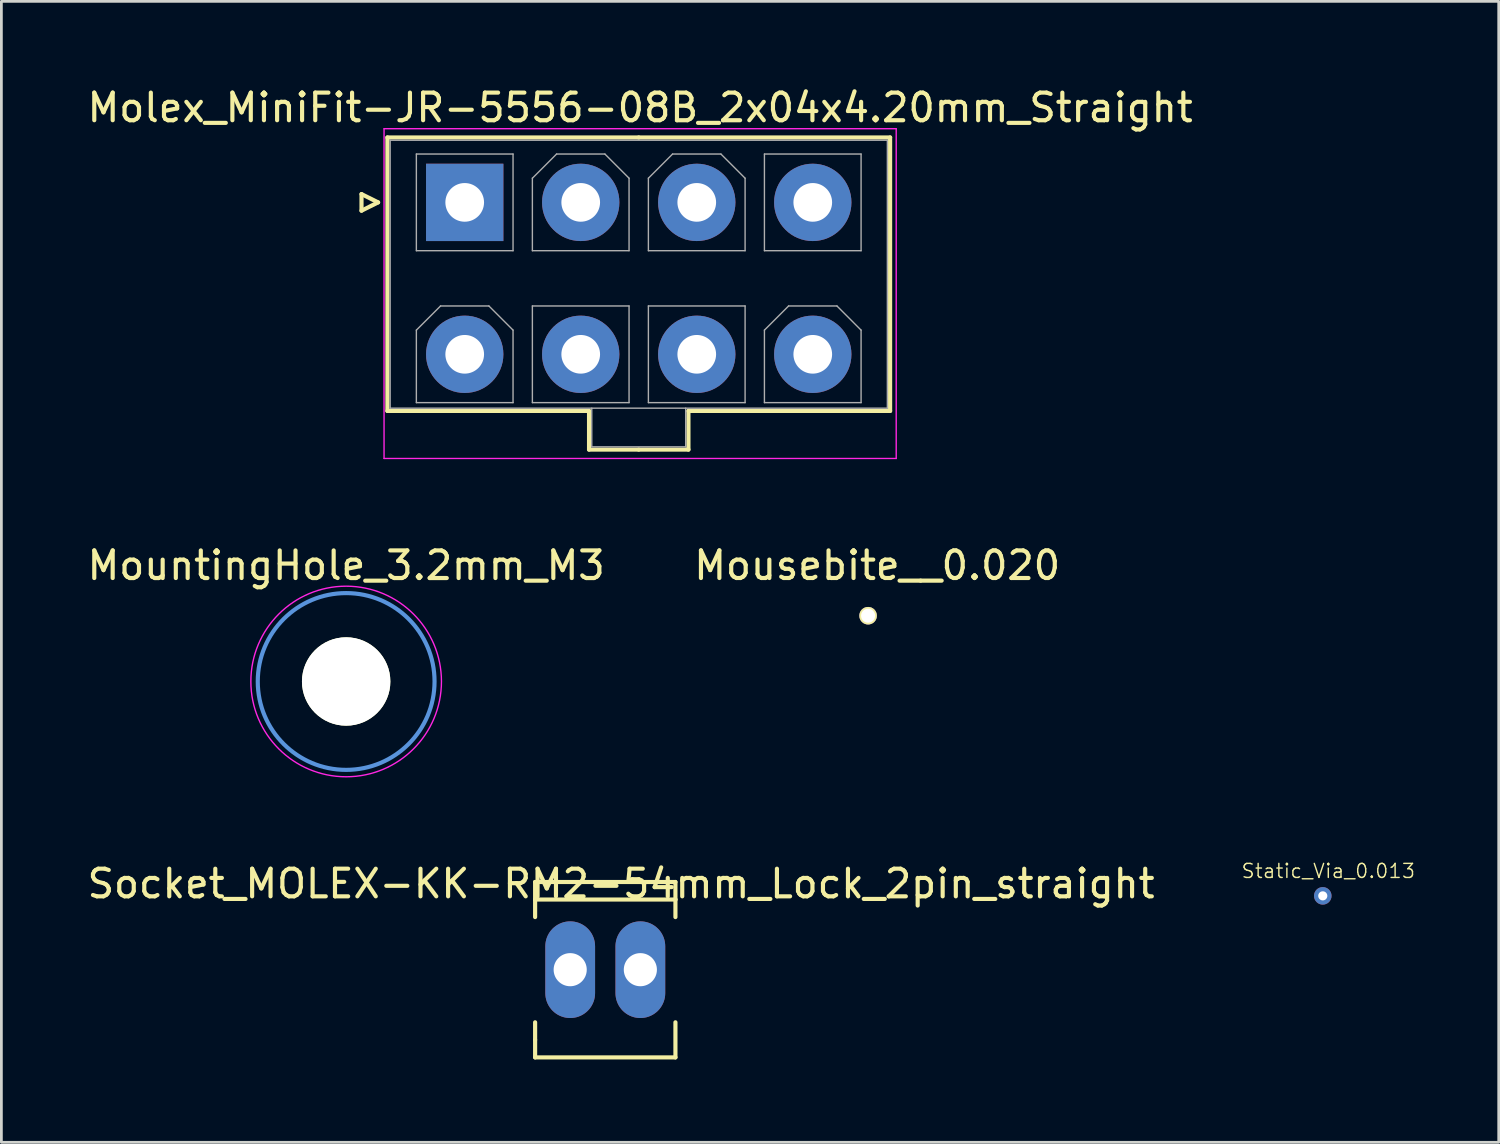
<source format=kicad_pcb>
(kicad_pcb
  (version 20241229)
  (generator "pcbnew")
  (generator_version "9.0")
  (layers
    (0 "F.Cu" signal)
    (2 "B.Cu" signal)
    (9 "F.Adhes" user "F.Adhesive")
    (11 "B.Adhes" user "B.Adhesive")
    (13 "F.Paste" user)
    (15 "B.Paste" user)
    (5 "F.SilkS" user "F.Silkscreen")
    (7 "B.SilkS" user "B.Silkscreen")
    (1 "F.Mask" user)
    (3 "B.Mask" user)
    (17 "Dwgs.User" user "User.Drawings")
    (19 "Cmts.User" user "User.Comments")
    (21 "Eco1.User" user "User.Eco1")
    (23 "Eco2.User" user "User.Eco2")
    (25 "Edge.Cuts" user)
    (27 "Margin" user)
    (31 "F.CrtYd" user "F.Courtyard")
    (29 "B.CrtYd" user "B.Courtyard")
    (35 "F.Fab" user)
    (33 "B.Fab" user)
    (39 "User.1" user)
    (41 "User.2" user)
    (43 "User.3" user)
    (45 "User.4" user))
  (footprint "Molex_MiniFit-JR-5556-08B_2x04x4.20mm_Straight"
    (layer "F.Cu")
    (at 20.061 7.071)
    (property "Reference" "Molex_MiniFit-JR-5556-08B_2x04x4.20mm_Straight" (at 0.064 -6.223 0) (layer "F.SilkS") (effects (font (size 1 1) (thickness 0.15))))
    (attr through_hole)
    (fp_line (start -10.023 -3.094) (end -9.423 -2.794) (stroke (width 0.15) (type solid)) (layer "F.SilkS"))
    (fp_line (start -10.023 -2.494) (end -10.023 -3.094) (stroke (width 0.15) (type solid)) (layer "F.SilkS"))
    (fp_line (start -9.423 -2.794) (end -10.023 -2.494) (stroke (width 0.15) (type solid)) (layer "F.SilkS"))
    (fp_line (start -9.086 -5.144) (end -9.086 4.756) (stroke (width 0.15) (type solid)) (layer "F.SilkS"))
    (fp_line (start -9.086 4.756) (end -1.786 4.756) (stroke (width 0.15) (type solid)) (layer "F.SilkS"))
    (fp_line (start -1.786 4.756) (end -1.786 6.156) (stroke (width 0.15) (type solid)) (layer "F.SilkS"))
    (fp_line (start -1.786 6.156) (end 0.013 6.156) (stroke (width 0.15) (type solid)) (layer "F.SilkS"))
    (fp_line (start 0.013 -5.144) (end -9.086 -5.144) (stroke (width 0.15) (type solid)) (layer "F.SilkS"))
    (fp_line (start 0.013 -5.144) (end 9.114 -5.144) (stroke (width 0.15) (type solid)) (layer "F.SilkS"))
    (fp_line (start 1.813 4.756) (end 1.813 6.156) (stroke (width 0.15) (type solid)) (layer "F.SilkS"))
    (fp_line (start 1.813 6.156) (end 0.013 6.156) (stroke (width 0.15) (type solid)) (layer "F.SilkS"))
    (fp_line (start 9.114 -5.144) (end 9.114 4.756) (stroke (width 0.15) (type solid)) (layer "F.SilkS"))
    (fp_line (start 9.114 4.756) (end 1.813 4.756) (stroke (width 0.15) (type solid)) (layer "F.SilkS"))
    (fp_line (start -9.207 -5.461) (end -9.207 6.477) (stroke (width 0.05) (type solid)) (layer "F.CrtYd"))
    (fp_line (start -9.207 6.477) (end 9.335 6.477) (stroke (width 0.05) (type solid)) (layer "F.CrtYd"))
    (fp_line (start 9.335 -5.461) (end -9.207 -5.461) (stroke (width 0.05) (type solid)) (layer "F.CrtYd"))
    (fp_line (start 9.335 6.477) (end 9.335 -5.461) (stroke (width 0.05) (type solid)) (layer "F.CrtYd"))
    (fp_line (start -8.986 -5.044) (end -8.986 4.656) (stroke (width 0.05) (type solid)) (layer "F.Fab"))
    (fp_line (start -8.986 4.656) (end 9.014 4.656) (stroke (width 0.05) (type solid)) (layer "F.Fab"))
    (fp_line (start -8.037 -4.544) (end -8.037 -1.044) (stroke (width 0.05) (type solid)) (layer "F.Fab"))
    (fp_line (start -8.037 -1.044) (end -4.537 -1.044) (stroke (width 0.05) (type solid)) (layer "F.Fab"))
    (fp_line (start -8.037 1.831) (end -7.162 0.956) (stroke (width 0.05) (type solid)) (layer "F.Fab"))
    (fp_line (start -8.037 4.456) (end -8.037 1.831) (stroke (width 0.05) (type solid)) (layer "F.Fab"))
    (fp_line (start -7.162 0.956) (end -5.412 0.956) (stroke (width 0.05) (type solid)) (layer "F.Fab"))
    (fp_line (start -5.412 0.956) (end -4.537 1.831) (stroke (width 0.05) (type solid)) (layer "F.Fab"))
    (fp_line (start -4.537 -4.544) (end -8.037 -4.544) (stroke (width 0.05) (type solid)) (layer "F.Fab"))
    (fp_line (start -4.537 -1.044) (end -4.537 -4.544) (stroke (width 0.05) (type solid)) (layer "F.Fab"))
    (fp_line (start -4.537 1.831) (end -4.537 4.456) (stroke (width 0.05) (type solid)) (layer "F.Fab"))
    (fp_line (start -4.537 4.456) (end -8.037 4.456) (stroke (width 0.05) (type solid)) (layer "F.Fab"))
    (fp_line (start -3.837 -3.669) (end -2.962 -4.544) (stroke (width 0.05) (type solid)) (layer "F.Fab"))
    (fp_line (start -3.837 -1.044) (end -3.837 -3.669) (stroke (width 0.05) (type solid)) (layer "F.Fab"))
    (fp_line (start -3.837 0.956) (end -3.837 4.456) (stroke (width 0.05) (type solid)) (layer "F.Fab"))
    (fp_line (start -3.837 4.456) (end -0.337 4.456) (stroke (width 0.05) (type solid)) (layer "F.Fab"))
    (fp_line (start -2.962 -4.544) (end -1.212 -4.544) (stroke (width 0.05) (type solid)) (layer "F.Fab"))
    (fp_line (start -1.687 4.656) (end -1.687 6.056) (stroke (width 0.05) (type solid)) (layer "F.Fab"))
    (fp_line (start -1.687 6.056) (end 1.714 6.056) (stroke (width 0.05) (type solid)) (layer "F.Fab"))
    (fp_line (start -1.212 -4.544) (end -0.337 -3.669) (stroke (width 0.05) (type solid)) (layer "F.Fab"))
    (fp_line (start -0.337 -3.669) (end -0.337 -1.044) (stroke (width 0.05) (type solid)) (layer "F.Fab"))
    (fp_line (start -0.337 -1.044) (end -3.837 -1.044) (stroke (width 0.05) (type solid)) (layer "F.Fab"))
    (fp_line (start -0.337 0.956) (end -3.837 0.956) (stroke (width 0.05) (type solid)) (layer "F.Fab"))
    (fp_line (start -0.337 4.456) (end -0.337 0.956) (stroke (width 0.05) (type solid)) (layer "F.Fab"))
    (fp_line (start 0.363 -3.669) (end 1.238 -4.544) (stroke (width 0.05) (type solid)) (layer "F.Fab"))
    (fp_line (start 0.363 -1.044) (end 0.363 -3.669) (stroke (width 0.05) (type solid)) (layer "F.Fab"))
    (fp_line (start 0.363 0.956) (end 0.363 4.456) (stroke (width 0.05) (type solid)) (layer "F.Fab"))
    (fp_line (start 0.363 4.456) (end 3.864 4.456) (stroke (width 0.05) (type solid)) (layer "F.Fab"))
    (fp_line (start 1.238 -4.544) (end 2.989 -4.544) (stroke (width 0.05) (type solid)) (layer "F.Fab"))
    (fp_line (start 1.714 6.056) (end 1.714 4.656) (stroke (width 0.05) (type solid)) (layer "F.Fab"))
    (fp_line (start 2.989 -4.544) (end 3.864 -3.669) (stroke (width 0.05) (type solid)) (layer "F.Fab"))
    (fp_line (start 3.864 -3.669) (end 3.864 -1.044) (stroke (width 0.05) (type solid)) (layer "F.Fab"))
    (fp_line (start 3.864 -1.044) (end 0.363 -1.044) (stroke (width 0.05) (type solid)) (layer "F.Fab"))
    (fp_line (start 3.864 0.956) (end 0.363 0.956) (stroke (width 0.05) (type solid)) (layer "F.Fab"))
    (fp_line (start 3.864 4.456) (end 3.864 0.956) (stroke (width 0.05) (type solid)) (layer "F.Fab"))
    (fp_line (start 4.564 -4.544) (end 4.564 -1.044) (stroke (width 0.05) (type solid)) (layer "F.Fab"))
    (fp_line (start 4.564 -1.044) (end 8.063 -1.044) (stroke (width 0.05) (type solid)) (layer "F.Fab"))
    (fp_line (start 4.564 1.831) (end 5.439 0.956) (stroke (width 0.05) (type solid)) (layer "F.Fab"))
    (fp_line (start 4.564 4.456) (end 4.564 1.831) (stroke (width 0.05) (type solid)) (layer "F.Fab"))
    (fp_line (start 5.439 0.956) (end 7.189 0.956) (stroke (width 0.05) (type solid)) (layer "F.Fab"))
    (fp_line (start 7.189 0.956) (end 8.063 1.831) (stroke (width 0.05) (type solid)) (layer "F.Fab"))
    (fp_line (start 8.063 -4.544) (end 4.564 -4.544) (stroke (width 0.05) (type solid)) (layer "F.Fab"))
    (fp_line (start 8.063 -1.044) (end 8.063 -4.544) (stroke (width 0.05) (type solid)) (layer "F.Fab"))
    (fp_line (start 8.063 1.831) (end 8.063 4.456) (stroke (width 0.05) (type solid)) (layer "F.Fab"))
    (fp_line (start 8.063 4.456) (end 4.564 4.456) (stroke (width 0.05) (type solid)) (layer "F.Fab"))
    (fp_line (start 9.014 -5.044) (end -8.986 -5.044) (stroke (width 0.05) (type solid)) (layer "F.Fab"))
    (fp_line (start 9.014 4.656) (end 9.014 -5.044) (stroke (width 0.05) (type solid)) (layer "F.Fab"))
    (pad "1" thru_hole rect (at -6.287 -2.794) (size 2.8 2.8) (drill 1.4) (layers "*.Cu" "*.Mask"))
    (pad "2" thru_hole circle (at -2.087 -2.794) (size 2.8 2.8) (drill 1.4) (layers "*.Cu" "*.Mask"))
    (pad "3" thru_hole circle (at 2.114 -2.794) (size 2.8 2.8) (drill 1.4) (layers "*.Cu" "*.Mask"))
    (pad "4" thru_hole circle (at 6.314 -2.794) (size 2.8 2.8) (drill 1.4) (layers "*.Cu" "*.Mask"))
    (pad "5" thru_hole circle (at -6.287 2.706) (size 2.8 2.8) (drill 1.4) (layers "*.Cu" "*.Mask"))
    (pad "6" thru_hole circle (at -2.087 2.706) (size 2.8 2.8) (drill 1.4) (layers "*.Cu" "*.Mask"))
    (pad "7" thru_hole circle (at 2.114 2.706) (size 2.8 2.8) (drill 1.4) (layers "*.Cu" "*.Mask"))
    (pad "8" thru_hole circle (at 6.314 2.706) (size 2.8 2.8) (drill 1.4) (layers "*.Cu" "*.Mask")))
  (footprint "Mousebite__0.020"
    (layer "F.Cu")
    (at 28.378 19.241)
    (property "Reference" "Mousebite__0.020" (at 0.33 -1.82 0) (layer "F.SilkS") (effects (font (size 1 1) (thickness 0.15))))
    (attr through_hole)
    (pad "" np_thru_hole circle (at 0 0) (size 0.635 0.635) (drill 0.508) (layers "*.Cu" "*.Mask" "F.SilkS")))
  (footprint "MountingHole_3.2mm_M3"
    (layer "F.Cu")
    (at 9.482 21.622)
    (property "Reference" "MountingHole_3.2mm_M3" (at 0 -4.2 0) (layer "F.SilkS") (effects (font (size 1 1) (thickness 0.15))))
    (attr through_hole)
    (fp_circle (center 0 0) (end 3.2 0) (stroke (width 0.15) (type solid)) (fill no) (layer "Cmts.User"))
    (fp_circle (center 0 0) (end 3.45 0) (stroke (width 0.05) (type solid)) (fill no) (layer "F.CrtYd"))
    (pad "" np_thru_hole circle (at 0 0) (size 3.2 3.2) (drill 3.2) (layers "*.Cu" "*.Mask" "F.SilkS")))
  (footprint "Socket_MOLEX-KK-RM2-54mm_Lock_2pin_straight"
    (layer "F.Cu")
    (at 18.863 32.056)
    (property "Reference" "Socket_MOLEX-KK-RM2-54mm_Lock_2pin_straight" (at 0.572 -3.111 0) (layer "F.SilkS") (effects (font (size 1 1) (thickness 0.15))))
    (attr through_hole)
    (fp_line (start -2.54 -3.175) (end 2.54 -3.175) (stroke (width 0.15) (type solid)) (layer "F.SilkS"))
    (fp_line (start -2.54 -2.54) (end -2.54 -3.175) (stroke (width 0.15) (type solid)) (layer "F.SilkS"))
    (fp_line (start -2.54 -2.54) (end -2.54 -1.905) (stroke (width 0.15) (type solid)) (layer "F.SilkS"))
    (fp_line (start -2.54 -2.54) (end 2.54 -2.54) (stroke (width 0.15) (type solid)) (layer "F.SilkS"))
    (fp_line (start -2.54 2.54) (end -2.54 1.905) (stroke (width 0.15) (type solid)) (layer "F.SilkS"))
    (fp_line (start -2.54 3.175) (end -2.54 2.54) (stroke (width 0.15) (type solid)) (layer "F.SilkS"))
    (fp_line (start 2.54 -3.175) (end 2.54 -2.54) (stroke (width 0.15) (type solid)) (layer "F.SilkS"))
    (fp_line (start 2.54 -2.54) (end 2.54 -1.905) (stroke (width 0.15) (type solid)) (layer "F.SilkS"))
    (fp_line (start 2.54 3.175) (end -2.54 3.175) (stroke (width 0.15) (type solid)) (layer "F.SilkS"))
    (fp_line (start 2.54 3.175) (end 2.54 1.905) (stroke (width 0.15) (type solid)) (layer "F.SilkS"))
    (pad "1" thru_hole oval (at -1.27 0) (size 1.801 3.5) (drill 1.199) (layers "*.Cu" "*.Mask"))
    (pad "2" thru_hole oval (at 1.27 0) (size 1.801 3.5) (drill 1.199) (layers "*.Cu" "*.Mask")))
  (footprint "Static_Via_0.013"
    (layer "F.Cu")
    (at 44.839 29.383)
    (property "Reference" "Static_Via_0.013" (at 0.2 -0.9 0) (layer "F.SilkS") (effects (font (size 0.508 0.508) (thickness 0.051))))
    (attr through_hole)
    (pad "1" thru_hole circle (at 0 0) (size 0.635 0.635) (drill 0.33) (layers "*.Cu")))
  (gr_rect
    (start -3 -3)
    (end 51.209 38.306)
    (stroke (width 0.1) (type default))
    (fill no)
    (layer "Edge.Cuts")))
</source>
